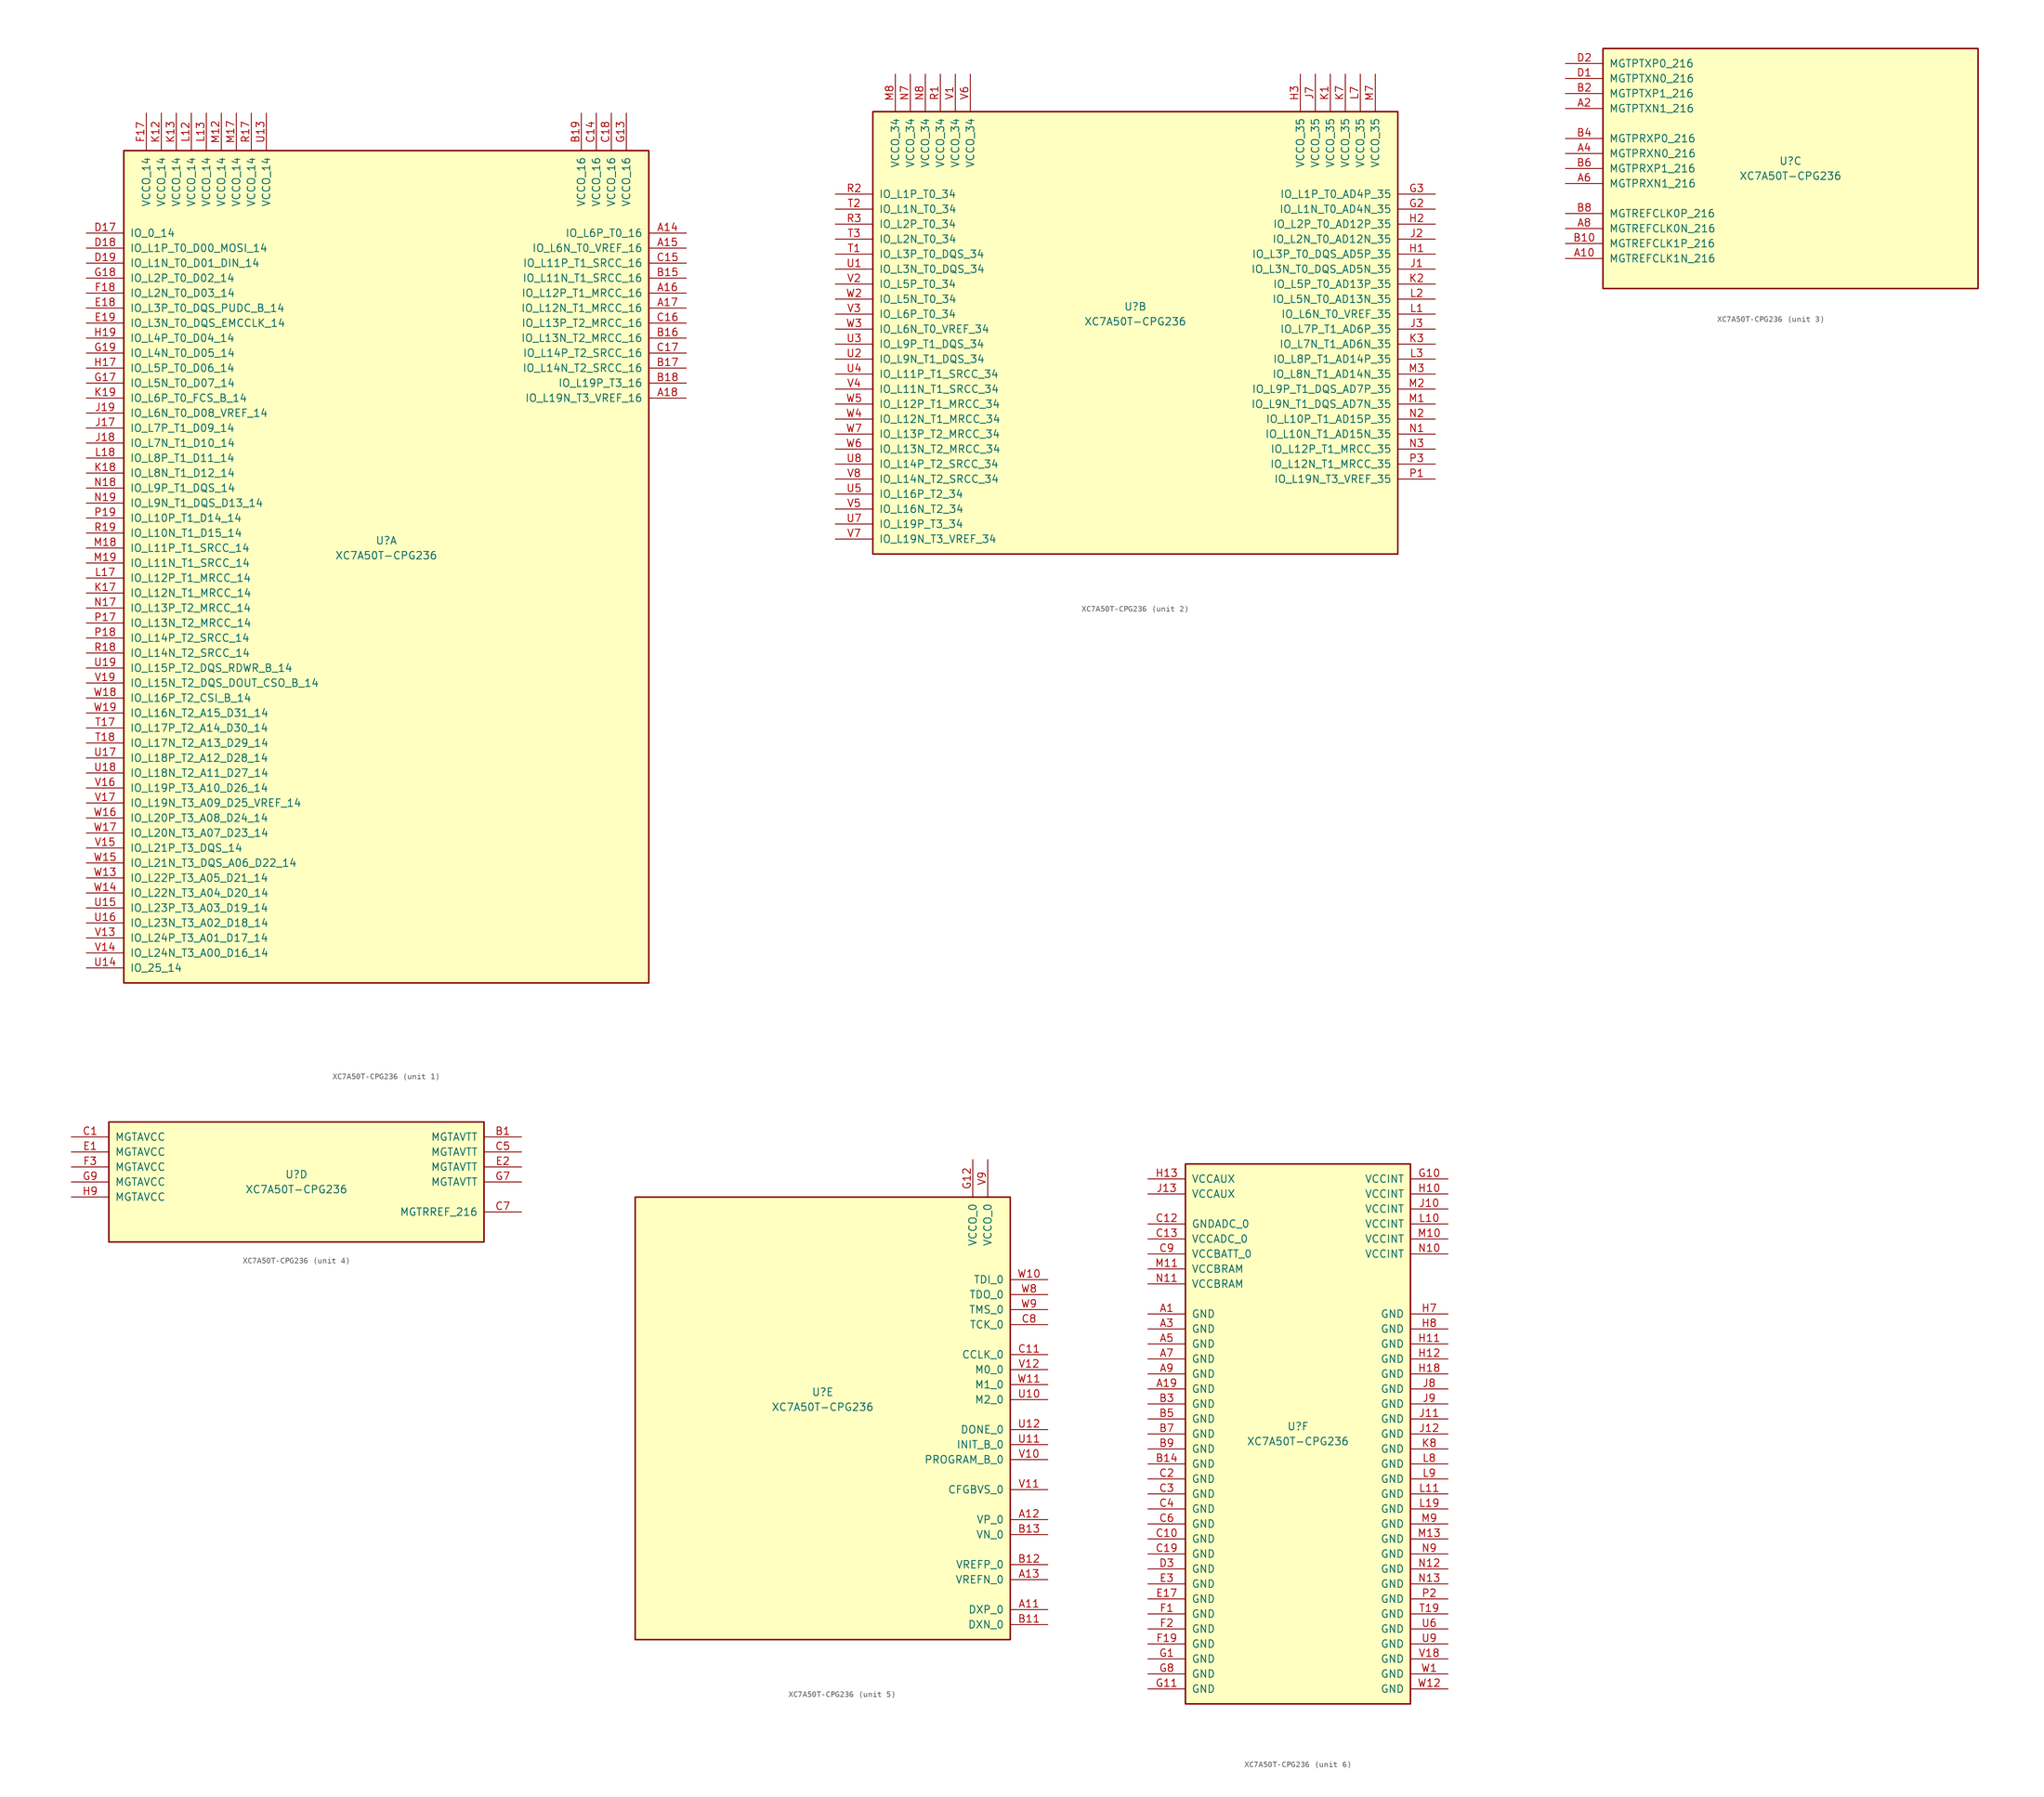
<source format=kicad_sym>
(kicad_symbol_lib
  (version 20201005)
  (generator kicad_symbol_editor)
  (symbol "XC7A50T-CPG236"
    (pin_names
      (offset 1.016))
    (property "Reference" "U"
      (at 0 1.27 0)
      (effects (font (size 1.27 1.27))))
    (property "Value" "XC7A50T-CPG236"
      (at 0 -1.27 0)
      (effects (font (size 1.27 1.27))))
    (property "Datasheet" ""
      (at 0 0 0)
      (effects (font (size 1.27 1.27))))
    (property "ki_locked" ""
      (at 0 0 0)
      (effects (font (size 1.27 1.27))))
    (symbol "XC7A50T-CPG236_1_1"
      (rectangle (start -44.45 67.31) (end 44.45 -73.66) (stroke (width 0.254)) (fill (type background)))
      (pin bidirectional line (at 50.8 53.34 180) (length 6.35) (name "IO_L6P_T0_16" (effects (font (size 1.27 1.27)))) (number "A14" (effects (font (size 1.27 1.27)))))
      (pin bidirectional line (at 50.8 50.8 180) (length 6.35) (name "IO_L6N_T0_VREF_16" (effects (font (size 1.27 1.27)))) (number "A15" (effects (font (size 1.27 1.27)))))
      (pin bidirectional line (at 50.8 43.18 180) (length 6.35) (name "IO_L12P_T1_MRCC_16" (effects (font (size 1.27 1.27)))) (number "A16" (effects (font (size 1.27 1.27)))))
      (pin bidirectional line (at 50.8 40.64 180) (length 6.35) (name "IO_L12N_T1_MRCC_16" (effects (font (size 1.27 1.27)))) (number "A17" (effects (font (size 1.27 1.27)))))
      (pin bidirectional line (at 50.8 25.4 180) (length 6.35) (name "IO_L19N_T3_VREF_16" (effects (font (size 1.27 1.27)))) (number "A18" (effects (font (size 1.27 1.27)))))
      (pin bidirectional line (at 50.8 45.72 180) (length 6.35) (name "IO_L11N_T1_SRCC_16" (effects (font (size 1.27 1.27)))) (number "B15" (effects (font (size 1.27 1.27)))))
      (pin bidirectional line (at 50.8 35.56 180) (length 6.35) (name "IO_L13N_T2_MRCC_16" (effects (font (size 1.27 1.27)))) (number "B16" (effects (font (size 1.27 1.27)))))
      (pin bidirectional line (at 50.8 30.48 180) (length 6.35) (name "IO_L14N_T2_SRCC_16" (effects (font (size 1.27 1.27)))) (number "B17" (effects (font (size 1.27 1.27)))))
      (pin bidirectional line (at 50.8 27.94 180) (length 6.35) (name "IO_L19P_T3_16" (effects (font (size 1.27 1.27)))) (number "B18" (effects (font (size 1.27 1.27)))))
      (pin power_in line (at 33.02 73.66 270) (length 6.35) (name "VCCO_16" (effects (font (size 1.27 1.27)))) (number "B19" (effects (font (size 1.27 1.27)))))
      (pin power_in line (at 35.56 73.66 270) (length 6.35) (name "VCCO_16" (effects (font (size 1.27 1.27)))) (number "C14" (effects (font (size 1.27 1.27)))))
      (pin bidirectional line (at 50.8 48.26 180) (length 6.35) (name "IO_L11P_T1_SRCC_16" (effects (font (size 1.27 1.27)))) (number "C15" (effects (font (size 1.27 1.27)))))
      (pin bidirectional line (at 50.8 38.1 180) (length 6.35) (name "IO_L13P_T2_MRCC_16" (effects (font (size 1.27 1.27)))) (number "C16" (effects (font (size 1.27 1.27)))))
      (pin bidirectional line (at 50.8 33.02 180) (length 6.35) (name "IO_L14P_T2_SRCC_16" (effects (font (size 1.27 1.27)))) (number "C17" (effects (font (size 1.27 1.27)))))
      (pin power_in line (at 38.1 73.66 270) (length 6.35) (name "VCCO_16" (effects (font (size 1.27 1.27)))) (number "C18" (effects (font (size 1.27 1.27)))))
      (pin bidirectional line (at -50.8 53.34 0) (length 6.35) (name "IO_0_14" (effects (font (size 1.27 1.27)))) (number "D17" (effects (font (size 1.27 1.27)))))
      (pin bidirectional line (at -50.8 50.8 0) (length 6.35) (name "IO_L1P_T0_D00_MOSI_14" (effects (font (size 1.27 1.27)))) (number "D18" (effects (font (size 1.27 1.27)))))
      (pin bidirectional line (at -50.8 48.26 0) (length 6.35) (name "IO_L1N_T0_D01_DIN_14" (effects (font (size 1.27 1.27)))) (number "D19" (effects (font (size 1.27 1.27)))))
      (pin bidirectional line (at -50.8 40.64 0) (length 6.35) (name "IO_L3P_T0_DQS_PUDC_B_14" (effects (font (size 1.27 1.27)))) (number "E18" (effects (font (size 1.27 1.27)))))
      (pin bidirectional line (at -50.8 38.1 0) (length 6.35) (name "IO_L3N_T0_DQS_EMCCLK_14" (effects (font (size 1.27 1.27)))) (number "E19" (effects (font (size 1.27 1.27)))))
      (pin power_in line (at -40.64 73.66 270) (length 6.35) (name "VCCO_14" (effects (font (size 1.27 1.27)))) (number "F17" (effects (font (size 1.27 1.27)))))
      (pin bidirectional line (at -50.8 43.18 0) (length 6.35) (name "IO_L2N_T0_D03_14" (effects (font (size 1.27 1.27)))) (number "F18" (effects (font (size 1.27 1.27)))))
      (pin power_in line (at 40.64 73.66 270) (length 6.35) (name "VCCO_16" (effects (font (size 1.27 1.27)))) (number "G13" (effects (font (size 1.27 1.27)))))
      (pin bidirectional line (at -50.8 27.94 0) (length 6.35) (name "IO_L5N_T0_D07_14" (effects (font (size 1.27 1.27)))) (number "G17" (effects (font (size 1.27 1.27)))))
      (pin bidirectional line (at -50.8 45.72 0) (length 6.35) (name "IO_L2P_T0_D02_14" (effects (font (size 1.27 1.27)))) (number "G18" (effects (font (size 1.27 1.27)))))
      (pin bidirectional line (at -50.8 33.02 0) (length 6.35) (name "IO_L4N_T0_D05_14" (effects (font (size 1.27 1.27)))) (number "G19" (effects (font (size 1.27 1.27)))))
      (pin bidirectional line (at -50.8 30.48 0) (length 6.35) (name "IO_L5P_T0_D06_14" (effects (font (size 1.27 1.27)))) (number "H17" (effects (font (size 1.27 1.27)))))
      (pin bidirectional line (at -50.8 35.56 0) (length 6.35) (name "IO_L4P_T0_D04_14" (effects (font (size 1.27 1.27)))) (number "H19" (effects (font (size 1.27 1.27)))))
      (pin bidirectional line (at -50.8 20.32 0) (length 6.35) (name "IO_L7P_T1_D09_14" (effects (font (size 1.27 1.27)))) (number "J17" (effects (font (size 1.27 1.27)))))
      (pin bidirectional line (at -50.8 17.78 0) (length 6.35) (name "IO_L7N_T1_D10_14" (effects (font (size 1.27 1.27)))) (number "J18" (effects (font (size 1.27 1.27)))))
      (pin bidirectional line (at -50.8 22.86 0) (length 6.35) (name "IO_L6N_T0_D08_VREF_14" (effects (font (size 1.27 1.27)))) (number "J19" (effects (font (size 1.27 1.27)))))
      (pin power_in line (at -38.1 73.66 270) (length 6.35) (name "VCCO_14" (effects (font (size 1.27 1.27)))) (number "K12" (effects (font (size 1.27 1.27)))))
      (pin power_in line (at -35.56 73.66 270) (length 6.35) (name "VCCO_14" (effects (font (size 1.27 1.27)))) (number "K13" (effects (font (size 1.27 1.27)))))
      (pin bidirectional line (at -50.8 -7.62 0) (length 6.35) (name "IO_L12N_T1_MRCC_14" (effects (font (size 1.27 1.27)))) (number "K17" (effects (font (size 1.27 1.27)))))
      (pin bidirectional line (at -50.8 12.7 0) (length 6.35) (name "IO_L8N_T1_D12_14" (effects (font (size 1.27 1.27)))) (number "K18" (effects (font (size 1.27 1.27)))))
      (pin bidirectional line (at -50.8 25.4 0) (length 6.35) (name "IO_L6P_T0_FCS_B_14" (effects (font (size 1.27 1.27)))) (number "K19" (effects (font (size 1.27 1.27)))))
      (pin power_in line (at -33.02 73.66 270) (length 6.35) (name "VCCO_14" (effects (font (size 1.27 1.27)))) (number "L12" (effects (font (size 1.27 1.27)))))
      (pin power_in line (at -30.48 73.66 270) (length 6.35) (name "VCCO_14" (effects (font (size 1.27 1.27)))) (number "L13" (effects (font (size 1.27 1.27)))))
      (pin bidirectional line (at -50.8 -5.08 0) (length 6.35) (name "IO_L12P_T1_MRCC_14" (effects (font (size 1.27 1.27)))) (number "L17" (effects (font (size 1.27 1.27)))))
      (pin bidirectional line (at -50.8 15.24 0) (length 6.35) (name "IO_L8P_T1_D11_14" (effects (font (size 1.27 1.27)))) (number "L18" (effects (font (size 1.27 1.27)))))
      (pin power_in line (at -27.94 73.66 270) (length 6.35) (name "VCCO_14" (effects (font (size 1.27 1.27)))) (number "M12" (effects (font (size 1.27 1.27)))))
      (pin power_in line (at -25.4 73.66 270) (length 6.35) (name "VCCO_14" (effects (font (size 1.27 1.27)))) (number "M17" (effects (font (size 1.27 1.27)))))
      (pin bidirectional line (at -50.8 0 0) (length 6.35) (name "IO_L11P_T1_SRCC_14" (effects (font (size 1.27 1.27)))) (number "M18" (effects (font (size 1.27 1.27)))))
      (pin bidirectional line (at -50.8 -2.54 0) (length 6.35) (name "IO_L11N_T1_SRCC_14" (effects (font (size 1.27 1.27)))) (number "M19" (effects (font (size 1.27 1.27)))))
      (pin bidirectional line (at -50.8 -10.16 0) (length 6.35) (name "IO_L13P_T2_MRCC_14" (effects (font (size 1.27 1.27)))) (number "N17" (effects (font (size 1.27 1.27)))))
      (pin bidirectional line (at -50.8 10.16 0) (length 6.35) (name "IO_L9P_T1_DQS_14" (effects (font (size 1.27 1.27)))) (number "N18" (effects (font (size 1.27 1.27)))))
      (pin bidirectional line (at -50.8 7.62 0) (length 6.35) (name "IO_L9N_T1_DQS_D13_14" (effects (font (size 1.27 1.27)))) (number "N19" (effects (font (size 1.27 1.27)))))
      (pin bidirectional line (at -50.8 -12.7 0) (length 6.35) (name "IO_L13N_T2_MRCC_14" (effects (font (size 1.27 1.27)))) (number "P17" (effects (font (size 1.27 1.27)))))
      (pin bidirectional line (at -50.8 -15.24 0) (length 6.35) (name "IO_L14P_T2_SRCC_14" (effects (font (size 1.27 1.27)))) (number "P18" (effects (font (size 1.27 1.27)))))
      (pin bidirectional line (at -50.8 5.08 0) (length 6.35) (name "IO_L10P_T1_D14_14" (effects (font (size 1.27 1.27)))) (number "P19" (effects (font (size 1.27 1.27)))))
      (pin power_in line (at -22.86 73.66 270) (length 6.35) (name "VCCO_14" (effects (font (size 1.27 1.27)))) (number "R17" (effects (font (size 1.27 1.27)))))
      (pin bidirectional line (at -50.8 -17.78 0) (length 6.35) (name "IO_L14N_T2_SRCC_14" (effects (font (size 1.27 1.27)))) (number "R18" (effects (font (size 1.27 1.27)))))
      (pin bidirectional line (at -50.8 2.54 0) (length 6.35) (name "IO_L10N_T1_D15_14" (effects (font (size 1.27 1.27)))) (number "R19" (effects (font (size 1.27 1.27)))))
      (pin bidirectional line (at -50.8 -30.48 0) (length 6.35) (name "IO_L17P_T2_A14_D30_14" (effects (font (size 1.27 1.27)))) (number "T17" (effects (font (size 1.27 1.27)))))
      (pin bidirectional line (at -50.8 -33.02 0) (length 6.35) (name "IO_L17N_T2_A13_D29_14" (effects (font (size 1.27 1.27)))) (number "T18" (effects (font (size 1.27 1.27)))))
      (pin power_in line (at -20.32 73.66 270) (length 6.35) (name "VCCO_14" (effects (font (size 1.27 1.27)))) (number "U13" (effects (font (size 1.27 1.27)))))
      (pin bidirectional line (at -50.8 -71.12 0) (length 6.35) (name "IO_25_14" (effects (font (size 1.27 1.27)))) (number "U14" (effects (font (size 1.27 1.27)))))
      (pin bidirectional line (at -50.8 -60.96 0) (length 6.35) (name "IO_L23P_T3_A03_D19_14" (effects (font (size 1.27 1.27)))) (number "U15" (effects (font (size 1.27 1.27)))))
      (pin bidirectional line (at -50.8 -63.5 0) (length 6.35) (name "IO_L23N_T3_A02_D18_14" (effects (font (size 1.27 1.27)))) (number "U16" (effects (font (size 1.27 1.27)))))
      (pin bidirectional line (at -50.8 -35.56 0) (length 6.35) (name "IO_L18P_T2_A12_D28_14" (effects (font (size 1.27 1.27)))) (number "U17" (effects (font (size 1.27 1.27)))))
      (pin bidirectional line (at -50.8 -38.1 0) (length 6.35) (name "IO_L18N_T2_A11_D27_14" (effects (font (size 1.27 1.27)))) (number "U18" (effects (font (size 1.27 1.27)))))
      (pin bidirectional line (at -50.8 -20.32 0) (length 6.35) (name "IO_L15P_T2_DQS_RDWR_B_14" (effects (font (size 1.27 1.27)))) (number "U19" (effects (font (size 1.27 1.27)))))
      (pin bidirectional line (at -50.8 -66.04 0) (length 6.35) (name "IO_L24P_T3_A01_D17_14" (effects (font (size 1.27 1.27)))) (number "V13" (effects (font (size 1.27 1.27)))))
      (pin bidirectional line (at -50.8 -68.58 0) (length 6.35) (name "IO_L24N_T3_A00_D16_14" (effects (font (size 1.27 1.27)))) (number "V14" (effects (font (size 1.27 1.27)))))
      (pin bidirectional line (at -50.8 -50.8 0) (length 6.35) (name "IO_L21P_T3_DQS_14" (effects (font (size 1.27 1.27)))) (number "V15" (effects (font (size 1.27 1.27)))))
      (pin bidirectional line (at -50.8 -40.64 0) (length 6.35) (name "IO_L19P_T3_A10_D26_14" (effects (font (size 1.27 1.27)))) (number "V16" (effects (font (size 1.27 1.27)))))
      (pin bidirectional line (at -50.8 -43.18 0) (length 6.35) (name "IO_L19N_T3_A09_D25_VREF_14" (effects (font (size 1.27 1.27)))) (number "V17" (effects (font (size 1.27 1.27)))))
      (pin bidirectional line (at -50.8 -22.86 0) (length 6.35) (name "IO_L15N_T2_DQS_DOUT_CSO_B_14" (effects (font (size 1.27 1.27)))) (number "V19" (effects (font (size 1.27 1.27)))))
      (pin bidirectional line (at -50.8 -55.88 0) (length 6.35) (name "IO_L22P_T3_A05_D21_14" (effects (font (size 1.27 1.27)))) (number "W13" (effects (font (size 1.27 1.27)))))
      (pin bidirectional line (at -50.8 -58.42 0) (length 6.35) (name "IO_L22N_T3_A04_D20_14" (effects (font (size 1.27 1.27)))) (number "W14" (effects (font (size 1.27 1.27)))))
      (pin bidirectional line (at -50.8 -53.34 0) (length 6.35) (name "IO_L21N_T3_DQS_A06_D22_14" (effects (font (size 1.27 1.27)))) (number "W15" (effects (font (size 1.27 1.27)))))
      (pin bidirectional line (at -50.8 -45.72 0) (length 6.35) (name "IO_L20P_T3_A08_D24_14" (effects (font (size 1.27 1.27)))) (number "W16" (effects (font (size 1.27 1.27)))))
      (pin bidirectional line (at -50.8 -48.26 0) (length 6.35) (name "IO_L20N_T3_A07_D23_14" (effects (font (size 1.27 1.27)))) (number "W17" (effects (font (size 1.27 1.27)))))
      (pin bidirectional line (at -50.8 -25.4 0) (length 6.35) (name "IO_L16P_T2_CSI_B_14" (effects (font (size 1.27 1.27)))) (number "W18" (effects (font (size 1.27 1.27)))))
      (pin bidirectional line (at -50.8 -27.94 0) (length 6.35) (name "IO_L16N_T2_A15_D31_14" (effects (font (size 1.27 1.27)))) (number "W19" (effects (font (size 1.27 1.27))))))
    (symbol "XC7A50T-CPG236_2_1"
      (rectangle (start -44.45 34.29) (end 44.45 -40.64) (stroke (width 0.254)) (fill (type background)))
      (pin bidirectional line (at 50.8 17.78 180) (length 6.35) (name "IO_L1N_T0_AD4N_35" (effects (font (size 1.27 1.27)))) (number "G2" (effects (font (size 1.27 1.27)))))
      (pin bidirectional line (at 50.8 20.32 180) (length 6.35) (name "IO_L1P_T0_AD4P_35" (effects (font (size 1.27 1.27)))) (number "G3" (effects (font (size 1.27 1.27)))))
      (pin bidirectional line (at 50.8 10.16 180) (length 6.35) (name "IO_L3P_T0_DQS_AD5P_35" (effects (font (size 1.27 1.27)))) (number "H1" (effects (font (size 1.27 1.27)))))
      (pin bidirectional line (at 50.8 15.24 180) (length 6.35) (name "IO_L2P_T0_AD12P_35" (effects (font (size 1.27 1.27)))) (number "H2" (effects (font (size 1.27 1.27)))))
      (pin power_in line (at 27.94 40.64 270) (length 6.35) (name "VCCO_35" (effects (font (size 1.27 1.27)))) (number "H3" (effects (font (size 1.27 1.27)))))
      (pin bidirectional line (at 50.8 7.62 180) (length 6.35) (name "IO_L3N_T0_DQS_AD5N_35" (effects (font (size 1.27 1.27)))) (number "J1" (effects (font (size 1.27 1.27)))))
      (pin bidirectional line (at 50.8 12.7 180) (length 6.35) (name "IO_L2N_T0_AD12N_35" (effects (font (size 1.27 1.27)))) (number "J2" (effects (font (size 1.27 1.27)))))
      (pin bidirectional line (at 50.8 -2.54 180) (length 6.35) (name "IO_L7P_T1_AD6P_35" (effects (font (size 1.27 1.27)))) (number "J3" (effects (font (size 1.27 1.27)))))
      (pin power_in line (at 30.48 40.64 270) (length 6.35) (name "VCCO_35" (effects (font (size 1.27 1.27)))) (number "J7" (effects (font (size 1.27 1.27)))))
      (pin power_in line (at 33.02 40.64 270) (length 6.35) (name "VCCO_35" (effects (font (size 1.27 1.27)))) (number "K1" (effects (font (size 1.27 1.27)))))
      (pin bidirectional line (at 50.8 5.08 180) (length 6.35) (name "IO_L5P_T0_AD13P_35" (effects (font (size 1.27 1.27)))) (number "K2" (effects (font (size 1.27 1.27)))))
      (pin bidirectional line (at 50.8 -5.08 180) (length 6.35) (name "IO_L7N_T1_AD6N_35" (effects (font (size 1.27 1.27)))) (number "K3" (effects (font (size 1.27 1.27)))))
      (pin power_in line (at 35.56 40.64 270) (length 6.35) (name "VCCO_35" (effects (font (size 1.27 1.27)))) (number "K7" (effects (font (size 1.27 1.27)))))
      (pin bidirectional line (at 50.8 0 180) (length 6.35) (name "IO_L6N_T0_VREF_35" (effects (font (size 1.27 1.27)))) (number "L1" (effects (font (size 1.27 1.27)))))
      (pin bidirectional line (at 50.8 2.54 180) (length 6.35) (name "IO_L5N_T0_AD13N_35" (effects (font (size 1.27 1.27)))) (number "L2" (effects (font (size 1.27 1.27)))))
      (pin bidirectional line (at 50.8 -7.62 180) (length 6.35) (name "IO_L8P_T1_AD14P_35" (effects (font (size 1.27 1.27)))) (number "L3" (effects (font (size 1.27 1.27)))))
      (pin power_in line (at 38.1 40.64 270) (length 6.35) (name "VCCO_35" (effects (font (size 1.27 1.27)))) (number "L7" (effects (font (size 1.27 1.27)))))
      (pin bidirectional line (at 50.8 -15.24 180) (length 6.35) (name "IO_L9N_T1_DQS_AD7N_35" (effects (font (size 1.27 1.27)))) (number "M1" (effects (font (size 1.27 1.27)))))
      (pin bidirectional line (at 50.8 -12.7 180) (length 6.35) (name "IO_L9P_T1_DQS_AD7P_35" (effects (font (size 1.27 1.27)))) (number "M2" (effects (font (size 1.27 1.27)))))
      (pin bidirectional line (at 50.8 -10.16 180) (length 6.35) (name "IO_L8N_T1_AD14N_35" (effects (font (size 1.27 1.27)))) (number "M3" (effects (font (size 1.27 1.27)))))
      (pin power_in line (at 40.64 40.64 270) (length 6.35) (name "VCCO_35" (effects (font (size 1.27 1.27)))) (number "M7" (effects (font (size 1.27 1.27)))))
      (pin power_in line (at -40.64 40.64 270) (length 6.35) (name "VCCO_34" (effects (font (size 1.27 1.27)))) (number "M8" (effects (font (size 1.27 1.27)))))
      (pin bidirectional line (at 50.8 -20.32 180) (length 6.35) (name "IO_L10N_T1_AD15N_35" (effects (font (size 1.27 1.27)))) (number "N1" (effects (font (size 1.27 1.27)))))
      (pin bidirectional line (at 50.8 -17.78 180) (length 6.35) (name "IO_L10P_T1_AD15P_35" (effects (font (size 1.27 1.27)))) (number "N2" (effects (font (size 1.27 1.27)))))
      (pin bidirectional line (at 50.8 -22.86 180) (length 6.35) (name "IO_L12P_T1_MRCC_35" (effects (font (size 1.27 1.27)))) (number "N3" (effects (font (size 1.27 1.27)))))
      (pin power_in line (at -38.1 40.64 270) (length 6.35) (name "VCCO_34" (effects (font (size 1.27 1.27)))) (number "N7" (effects (font (size 1.27 1.27)))))
      (pin power_in line (at -35.56 40.64 270) (length 6.35) (name "VCCO_34" (effects (font (size 1.27 1.27)))) (number "N8" (effects (font (size 1.27 1.27)))))
      (pin bidirectional line (at 50.8 -27.94 180) (length 6.35) (name "IO_L19N_T3_VREF_35" (effects (font (size 1.27 1.27)))) (number "P1" (effects (font (size 1.27 1.27)))))
      (pin bidirectional line (at 50.8 -25.4 180) (length 6.35) (name "IO_L12N_T1_MRCC_35" (effects (font (size 1.27 1.27)))) (number "P3" (effects (font (size 1.27 1.27)))))
      (pin power_in line (at -33.02 40.64 270) (length 6.35) (name "VCCO_34" (effects (font (size 1.27 1.27)))) (number "R1" (effects (font (size 1.27 1.27)))))
      (pin bidirectional line (at -50.8 20.32 0) (length 6.35) (name "IO_L1P_T0_34" (effects (font (size 1.27 1.27)))) (number "R2" (effects (font (size 1.27 1.27)))))
      (pin bidirectional line (at -50.8 15.24 0) (length 6.35) (name "IO_L2P_T0_34" (effects (font (size 1.27 1.27)))) (number "R3" (effects (font (size 1.27 1.27)))))
      (pin bidirectional line (at -50.8 10.16 0) (length 6.35) (name "IO_L3P_T0_DQS_34" (effects (font (size 1.27 1.27)))) (number "T1" (effects (font (size 1.27 1.27)))))
      (pin bidirectional line (at -50.8 17.78 0) (length 6.35) (name "IO_L1N_T0_34" (effects (font (size 1.27 1.27)))) (number "T2" (effects (font (size 1.27 1.27)))))
      (pin bidirectional line (at -50.8 12.7 0) (length 6.35) (name "IO_L2N_T0_34" (effects (font (size 1.27 1.27)))) (number "T3" (effects (font (size 1.27 1.27)))))
      (pin bidirectional line (at -50.8 7.62 0) (length 6.35) (name "IO_L3N_T0_DQS_34" (effects (font (size 1.27 1.27)))) (number "U1" (effects (font (size 1.27 1.27)))))
      (pin bidirectional line (at -50.8 -7.62 0) (length 6.35) (name "IO_L9N_T1_DQS_34" (effects (font (size 1.27 1.27)))) (number "U2" (effects (font (size 1.27 1.27)))))
      (pin bidirectional line (at -50.8 -5.08 0) (length 6.35) (name "IO_L9P_T1_DQS_34" (effects (font (size 1.27 1.27)))) (number "U3" (effects (font (size 1.27 1.27)))))
      (pin bidirectional line (at -50.8 -10.16 0) (length 6.35) (name "IO_L11P_T1_SRCC_34" (effects (font (size 1.27 1.27)))) (number "U4" (effects (font (size 1.27 1.27)))))
      (pin bidirectional line (at -50.8 -30.48 0) (length 6.35) (name "IO_L16P_T2_34" (effects (font (size 1.27 1.27)))) (number "U5" (effects (font (size 1.27 1.27)))))
      (pin bidirectional line (at -50.8 -35.56 0) (length 6.35) (name "IO_L19P_T3_34" (effects (font (size 1.27 1.27)))) (number "U7" (effects (font (size 1.27 1.27)))))
      (pin bidirectional line (at -50.8 -25.4 0) (length 6.35) (name "IO_L14P_T2_SRCC_34" (effects (font (size 1.27 1.27)))) (number "U8" (effects (font (size 1.27 1.27)))))
      (pin power_in line (at -30.48 40.64 270) (length 6.35) (name "VCCO_34" (effects (font (size 1.27 1.27)))) (number "V1" (effects (font (size 1.27 1.27)))))
      (pin bidirectional line (at -50.8 5.08 0) (length 6.35) (name "IO_L5P_T0_34" (effects (font (size 1.27 1.27)))) (number "V2" (effects (font (size 1.27 1.27)))))
      (pin bidirectional line (at -50.8 0 0) (length 6.35) (name "IO_L6P_T0_34" (effects (font (size 1.27 1.27)))) (number "V3" (effects (font (size 1.27 1.27)))))
      (pin bidirectional line (at -50.8 -12.7 0) (length 6.35) (name "IO_L11N_T1_SRCC_34" (effects (font (size 1.27 1.27)))) (number "V4" (effects (font (size 1.27 1.27)))))
      (pin bidirectional line (at -50.8 -33.02 0) (length 6.35) (name "IO_L16N_T2_34" (effects (font (size 1.27 1.27)))) (number "V5" (effects (font (size 1.27 1.27)))))
      (pin power_in line (at -27.94 40.64 270) (length 6.35) (name "VCCO_34" (effects (font (size 1.27 1.27)))) (number "V6" (effects (font (size 1.27 1.27)))))
      (pin bidirectional line (at -50.8 -38.1 0) (length 6.35) (name "IO_L19N_T3_VREF_34" (effects (font (size 1.27 1.27)))) (number "V7" (effects (font (size 1.27 1.27)))))
      (pin bidirectional line (at -50.8 -27.94 0) (length 6.35) (name "IO_L14N_T2_SRCC_34" (effects (font (size 1.27 1.27)))) (number "V8" (effects (font (size 1.27 1.27)))))
      (pin bidirectional line (at -50.8 2.54 0) (length 6.35) (name "IO_L5N_T0_34" (effects (font (size 1.27 1.27)))) (number "W2" (effects (font (size 1.27 1.27)))))
      (pin bidirectional line (at -50.8 -2.54 0) (length 6.35) (name "IO_L6N_T0_VREF_34" (effects (font (size 1.27 1.27)))) (number "W3" (effects (font (size 1.27 1.27)))))
      (pin bidirectional line (at -50.8 -17.78 0) (length 6.35) (name "IO_L12N_T1_MRCC_34" (effects (font (size 1.27 1.27)))) (number "W4" (effects (font (size 1.27 1.27)))))
      (pin bidirectional line (at -50.8 -15.24 0) (length 6.35) (name "IO_L12P_T1_MRCC_34" (effects (font (size 1.27 1.27)))) (number "W5" (effects (font (size 1.27 1.27)))))
      (pin bidirectional line (at -50.8 -22.86 0) (length 6.35) (name "IO_L13N_T2_MRCC_34" (effects (font (size 1.27 1.27)))) (number "W6" (effects (font (size 1.27 1.27)))))
      (pin bidirectional line (at -50.8 -20.32 0) (length 6.35) (name "IO_L13P_T2_MRCC_34" (effects (font (size 1.27 1.27)))) (number "W7" (effects (font (size 1.27 1.27))))))
    (symbol "XC7A50T-CPG236_3_1"
      (rectangle (start -31.75 20.32) (end 31.75 -20.32) (stroke (width 0.254)) (fill (type background)))
      (pin bidirectional line (at -38.1 -15.24 0) (length 6.35) (name "MGTREFCLK1N_216" (effects (font (size 1.27 1.27)))) (number "A10" (effects (font (size 1.27 1.27)))))
      (pin bidirectional line (at -38.1 10.16 0) (length 6.35) (name "MGTPTXN1_216" (effects (font (size 1.27 1.27)))) (number "A2" (effects (font (size 1.27 1.27)))))
      (pin bidirectional line (at -38.1 2.54 0) (length 6.35) (name "MGTPRXN0_216" (effects (font (size 1.27 1.27)))) (number "A4" (effects (font (size 1.27 1.27)))))
      (pin bidirectional line (at -38.1 -2.54 0) (length 6.35) (name "MGTPRXN1_216" (effects (font (size 1.27 1.27)))) (number "A6" (effects (font (size 1.27 1.27)))))
      (pin bidirectional line (at -38.1 -10.16 0) (length 6.35) (name "MGTREFCLK0N_216" (effects (font (size 1.27 1.27)))) (number "A8" (effects (font (size 1.27 1.27)))))
      (pin bidirectional line (at -38.1 -12.7 0) (length 6.35) (name "MGTREFCLK1P_216" (effects (font (size 1.27 1.27)))) (number "B10" (effects (font (size 1.27 1.27)))))
      (pin bidirectional line (at -38.1 12.7 0) (length 6.35) (name "MGTPTXP1_216" (effects (font (size 1.27 1.27)))) (number "B2" (effects (font (size 1.27 1.27)))))
      (pin bidirectional line (at -38.1 5.08 0) (length 6.35) (name "MGTPRXP0_216" (effects (font (size 1.27 1.27)))) (number "B4" (effects (font (size 1.27 1.27)))))
      (pin bidirectional line (at -38.1 0 0) (length 6.35) (name "MGTPRXP1_216" (effects (font (size 1.27 1.27)))) (number "B6" (effects (font (size 1.27 1.27)))))
      (pin bidirectional line (at -38.1 -7.62 0) (length 6.35) (name "MGTREFCLK0P_216" (effects (font (size 1.27 1.27)))) (number "B8" (effects (font (size 1.27 1.27)))))
      (pin bidirectional line (at -38.1 15.24 0) (length 6.35) (name "MGTPTXN0_216" (effects (font (size 1.27 1.27)))) (number "D1" (effects (font (size 1.27 1.27)))))
      (pin bidirectional line (at -38.1 17.78 0) (length 6.35) (name "MGTPTXP0_216" (effects (font (size 1.27 1.27)))) (number "D2" (effects (font (size 1.27 1.27))))))
    (symbol "XC7A50T-CPG236_4_1"
      (rectangle (start -31.75 10.16) (end 31.75 -10.16) (stroke (width 0.254)) (fill (type background)))
      (pin power_in line (at 38.1 7.62 180) (length 6.35) (name "MGTAVTT" (effects (font (size 1.27 1.27)))) (number "B1" (effects (font (size 1.27 1.27)))))
      (pin power_in line (at -38.1 7.62 0) (length 6.35) (name "MGTAVCC" (effects (font (size 1.27 1.27)))) (number "C1" (effects (font (size 1.27 1.27)))))
      (pin power_in line (at 38.1 5.08 180) (length 6.35) (name "MGTAVTT" (effects (font (size 1.27 1.27)))) (number "C5" (effects (font (size 1.27 1.27)))))
      (pin power_in line (at 38.1 -5.08 180) (length 6.35) (name "MGTRREF_216" (effects (font (size 1.27 1.27)))) (number "C7" (effects (font (size 1.27 1.27)))))
      (pin power_in line (at -38.1 5.08 0) (length 6.35) (name "MGTAVCC" (effects (font (size 1.27 1.27)))) (number "E1" (effects (font (size 1.27 1.27)))))
      (pin power_in line (at 38.1 2.54 180) (length 6.35) (name "MGTAVTT" (effects (font (size 1.27 1.27)))) (number "E2" (effects (font (size 1.27 1.27)))))
      (pin power_in line (at -38.1 2.54 0) (length 6.35) (name "MGTAVCC" (effects (font (size 1.27 1.27)))) (number "F3" (effects (font (size 1.27 1.27)))))
      (pin power_in line (at 38.1 0 180) (length 6.35) (name "MGTAVTT" (effects (font (size 1.27 1.27)))) (number "G7" (effects (font (size 1.27 1.27)))))
      (pin power_in line (at -38.1 0 0) (length 6.35) (name "MGTAVCC" (effects (font (size 1.27 1.27)))) (number "G9" (effects (font (size 1.27 1.27)))))
      (pin power_in line (at -38.1 -2.54 0) (length 6.35) (name "MGTAVCC" (effects (font (size 1.27 1.27)))) (number "H9" (effects (font (size 1.27 1.27))))))
    (symbol "XC7A50T-CPG236_5_1"
      (rectangle (start -31.75 34.29) (end 31.75 -40.64) (stroke (width 0.254)) (fill (type background)))
      (pin bidirectional line (at 38.1 -35.56 180) (length 6.35) (name "DXP_0" (effects (font (size 1.27 1.27)))) (number "A11" (effects (font (size 1.27 1.27)))))
      (pin bidirectional line (at 38.1 -20.32 180) (length 6.35) (name "VP_0" (effects (font (size 1.27 1.27)))) (number "A12" (effects (font (size 1.27 1.27)))))
      (pin bidirectional line (at 38.1 -30.48 180) (length 6.35) (name "VREFN_0" (effects (font (size 1.27 1.27)))) (number "A13" (effects (font (size 1.27 1.27)))))
      (pin bidirectional line (at 38.1 -38.1 180) (length 6.35) (name "DXN_0" (effects (font (size 1.27 1.27)))) (number "B11" (effects (font (size 1.27 1.27)))))
      (pin bidirectional line (at 38.1 -27.94 180) (length 6.35) (name "VREFP_0" (effects (font (size 1.27 1.27)))) (number "B12" (effects (font (size 1.27 1.27)))))
      (pin bidirectional line (at 38.1 -22.86 180) (length 6.35) (name "VN_0" (effects (font (size 1.27 1.27)))) (number "B13" (effects (font (size 1.27 1.27)))))
      (pin bidirectional line (at 38.1 7.62 180) (length 6.35) (name "CCLK_0" (effects (font (size 1.27 1.27)))) (number "C11" (effects (font (size 1.27 1.27)))))
      (pin bidirectional line (at 38.1 12.7 180) (length 6.35) (name "TCK_0" (effects (font (size 1.27 1.27)))) (number "C8" (effects (font (size 1.27 1.27)))))
      (pin power_in line (at 25.4 40.64 270) (length 6.35) (name "VCCO_0" (effects (font (size 1.27 1.27)))) (number "G12" (effects (font (size 1.27 1.27)))))
      (pin bidirectional line (at 38.1 0 180) (length 6.35) (name "M2_0" (effects (font (size 1.27 1.27)))) (number "U10" (effects (font (size 1.27 1.27)))))
      (pin bidirectional line (at 38.1 -7.62 180) (length 6.35) (name "INIT_B_0" (effects (font (size 1.27 1.27)))) (number "U11" (effects (font (size 1.27 1.27)))))
      (pin bidirectional line (at 38.1 -5.08 180) (length 6.35) (name "DONE_0" (effects (font (size 1.27 1.27)))) (number "U12" (effects (font (size 1.27 1.27)))))
      (pin bidirectional line (at 38.1 -10.16 180) (length 6.35) (name "PROGRAM_B_0" (effects (font (size 1.27 1.27)))) (number "V10" (effects (font (size 1.27 1.27)))))
      (pin bidirectional line (at 38.1 -15.24 180) (length 6.35) (name "CFGBVS_0" (effects (font (size 1.27 1.27)))) (number "V11" (effects (font (size 1.27 1.27)))))
      (pin bidirectional line (at 38.1 5.08 180) (length 6.35) (name "M0_0" (effects (font (size 1.27 1.27)))) (number "V12" (effects (font (size 1.27 1.27)))))
      (pin power_in line (at 27.94 40.64 270) (length 6.35) (name "VCCO_0" (effects (font (size 1.27 1.27)))) (number "V9" (effects (font (size 1.27 1.27)))))
      (pin bidirectional line (at 38.1 20.32 180) (length 6.35) (name "TDI_0" (effects (font (size 1.27 1.27)))) (number "W10" (effects (font (size 1.27 1.27)))))
      (pin bidirectional line (at 38.1 2.54 180) (length 6.35) (name "M1_0" (effects (font (size 1.27 1.27)))) (number "W11" (effects (font (size 1.27 1.27)))))
      (pin bidirectional line (at 38.1 17.78 180) (length 6.35) (name "TDO_0" (effects (font (size 1.27 1.27)))) (number "W8" (effects (font (size 1.27 1.27)))))
      (pin bidirectional line (at 38.1 15.24 180) (length 6.35) (name "TMS_0" (effects (font (size 1.27 1.27)))) (number "W9" (effects (font (size 1.27 1.27))))))
    (symbol "XC7A50T-CPG236_6_1"
      (rectangle (start -19.05 45.72) (end 19.05 -45.72) (stroke (width 0.254)) (fill (type background)))
      (pin power_in line (at -25.4 20.32 0) (length 6.35) (name "GND" (effects (font (size 1.27 1.27)))) (number "A1" (effects (font (size 1.27 1.27)))))
      (pin power_in line (at -25.4 7.62 0) (length 6.35) (name "GND" (effects (font (size 1.27 1.27)))) (number "A19" (effects (font (size 1.27 1.27)))))
      (pin power_in line (at -25.4 17.78 0) (length 6.35) (name "GND" (effects (font (size 1.27 1.27)))) (number "A3" (effects (font (size 1.27 1.27)))))
      (pin power_in line (at -25.4 15.24 0) (length 6.35) (name "GND" (effects (font (size 1.27 1.27)))) (number "A5" (effects (font (size 1.27 1.27)))))
      (pin power_in line (at -25.4 12.7 0) (length 6.35) (name "GND" (effects (font (size 1.27 1.27)))) (number "A7" (effects (font (size 1.27 1.27)))))
      (pin power_in line (at -25.4 10.16 0) (length 6.35) (name "GND" (effects (font (size 1.27 1.27)))) (number "A9" (effects (font (size 1.27 1.27)))))
      (pin power_in line (at -25.4 -5.08 0) (length 6.35) (name "GND" (effects (font (size 1.27 1.27)))) (number "B14" (effects (font (size 1.27 1.27)))))
      (pin power_in line (at -25.4 5.08 0) (length 6.35) (name "GND" (effects (font (size 1.27 1.27)))) (number "B3" (effects (font (size 1.27 1.27)))))
      (pin power_in line (at -25.4 2.54 0) (length 6.35) (name "GND" (effects (font (size 1.27 1.27)))) (number "B5" (effects (font (size 1.27 1.27)))))
      (pin power_in line (at -25.4 0 0) (length 6.35) (name "GND" (effects (font (size 1.27 1.27)))) (number "B7" (effects (font (size 1.27 1.27)))))
      (pin power_in line (at -25.4 -2.54 0) (length 6.35) (name "GND" (effects (font (size 1.27 1.27)))) (number "B9" (effects (font (size 1.27 1.27)))))
      (pin power_in line (at -25.4 -17.78 0) (length 6.35) (name "GND" (effects (font (size 1.27 1.27)))) (number "C10" (effects (font (size 1.27 1.27)))))
      (pin power_in line (at -25.4 35.56 0) (length 6.35) (name "GNDADC_0" (effects (font (size 1.27 1.27)))) (number "C12" (effects (font (size 1.27 1.27)))))
      (pin power_in line (at -25.4 33.02 0) (length 6.35) (name "VCCADC_0" (effects (font (size 1.27 1.27)))) (number "C13" (effects (font (size 1.27 1.27)))))
      (pin power_in line (at -25.4 -20.32 0) (length 6.35) (name "GND" (effects (font (size 1.27 1.27)))) (number "C19" (effects (font (size 1.27 1.27)))))
      (pin power_in line (at -25.4 -7.62 0) (length 6.35) (name "GND" (effects (font (size 1.27 1.27)))) (number "C2" (effects (font (size 1.27 1.27)))))
      (pin power_in line (at -25.4 -10.16 0) (length 6.35) (name "GND" (effects (font (size 1.27 1.27)))) (number "C3" (effects (font (size 1.27 1.27)))))
      (pin power_in line (at -25.4 -12.7 0) (length 6.35) (name "GND" (effects (font (size 1.27 1.27)))) (number "C4" (effects (font (size 1.27 1.27)))))
      (pin power_in line (at -25.4 -15.24 0) (length 6.35) (name "GND" (effects (font (size 1.27 1.27)))) (number "C6" (effects (font (size 1.27 1.27)))))
      (pin power_in line (at -25.4 30.48 0) (length 6.35) (name "VCCBATT_0" (effects (font (size 1.27 1.27)))) (number "C9" (effects (font (size 1.27 1.27)))))
      (pin power_in line (at -25.4 -22.86 0) (length 6.35) (name "GND" (effects (font (size 1.27 1.27)))) (number "D3" (effects (font (size 1.27 1.27)))))
      (pin power_in line (at -25.4 -27.94 0) (length 6.35) (name "GND" (effects (font (size 1.27 1.27)))) (number "E17" (effects (font (size 1.27 1.27)))))
      (pin power_in line (at -25.4 -25.4 0) (length 6.35) (name "GND" (effects (font (size 1.27 1.27)))) (number "E3" (effects (font (size 1.27 1.27)))))
      (pin power_in line (at -25.4 -30.48 0) (length 6.35) (name "GND" (effects (font (size 1.27 1.27)))) (number "F1" (effects (font (size 1.27 1.27)))))
      (pin power_in line (at -25.4 -35.56 0) (length 6.35) (name "GND" (effects (font (size 1.27 1.27)))) (number "F19" (effects (font (size 1.27 1.27)))))
      (pin power_in line (at -25.4 -33.02 0) (length 6.35) (name "GND" (effects (font (size 1.27 1.27)))) (number "F2" (effects (font (size 1.27 1.27)))))
      (pin power_in line (at -25.4 -38.1 0) (length 6.35) (name "GND" (effects (font (size 1.27 1.27)))) (number "G1" (effects (font (size 1.27 1.27)))))
      (pin power_in line (at 25.4 43.18 180) (length 6.35) (name "VCCINT" (effects (font (size 1.27 1.27)))) (number "G10" (effects (font (size 1.27 1.27)))))
      (pin power_in line (at -25.4 -43.18 0) (length 6.35) (name "GND" (effects (font (size 1.27 1.27)))) (number "G11" (effects (font (size 1.27 1.27)))))
      (pin power_in line (at -25.4 -40.64 0) (length 6.35) (name "GND" (effects (font (size 1.27 1.27)))) (number "G8" (effects (font (size 1.27 1.27)))))
      (pin power_in line (at 25.4 40.64 180) (length 6.35) (name "VCCINT" (effects (font (size 1.27 1.27)))) (number "H10" (effects (font (size 1.27 1.27)))))
      (pin power_in line (at 25.4 15.24 180) (length 6.35) (name "GND" (effects (font (size 1.27 1.27)))) (number "H11" (effects (font (size 1.27 1.27)))))
      (pin power_in line (at 25.4 12.7 180) (length 6.35) (name "GND" (effects (font (size 1.27 1.27)))) (number "H12" (effects (font (size 1.27 1.27)))))
      (pin power_in line (at -25.4 43.18 0) (length 6.35) (name "VCCAUX" (effects (font (size 1.27 1.27)))) (number "H13" (effects (font (size 1.27 1.27)))))
      (pin power_in line (at 25.4 10.16 180) (length 6.35) (name "GND" (effects (font (size 1.27 1.27)))) (number "H18" (effects (font (size 1.27 1.27)))))
      (pin power_in line (at 25.4 20.32 180) (length 6.35) (name "GND" (effects (font (size 1.27 1.27)))) (number "H7" (effects (font (size 1.27 1.27)))))
      (pin power_in line (at 25.4 17.78 180) (length 6.35) (name "GND" (effects (font (size 1.27 1.27)))) (number "H8" (effects (font (size 1.27 1.27)))))
      (pin power_in line (at 25.4 38.1 180) (length 6.35) (name "VCCINT" (effects (font (size 1.27 1.27)))) (number "J10" (effects (font (size 1.27 1.27)))))
      (pin power_in line (at 25.4 2.54 180) (length 6.35) (name "GND" (effects (font (size 1.27 1.27)))) (number "J11" (effects (font (size 1.27 1.27)))))
      (pin power_in line (at 25.4 0 180) (length 6.35) (name "GND" (effects (font (size 1.27 1.27)))) (number "J12" (effects (font (size 1.27 1.27)))))
      (pin power_in line (at -25.4 40.64 0) (length 6.35) (name "VCCAUX" (effects (font (size 1.27 1.27)))) (number "J13" (effects (font (size 1.27 1.27)))))
      (pin power_in line (at 25.4 7.62 180) (length 6.35) (name "GND" (effects (font (size 1.27 1.27)))) (number "J8" (effects (font (size 1.27 1.27)))))
      (pin power_in line (at 25.4 5.08 180) (length 6.35) (name "GND" (effects (font (size 1.27 1.27)))) (number "J9" (effects (font (size 1.27 1.27)))))
      (pin power_in line (at 25.4 -2.54 180) (length 6.35) (name "GND" (effects (font (size 1.27 1.27)))) (number "K8" (effects (font (size 1.27 1.27)))))
      (pin power_in line (at 25.4 35.56 180) (length 6.35) (name "VCCINT" (effects (font (size 1.27 1.27)))) (number "L10" (effects (font (size 1.27 1.27)))))
      (pin power_in line (at 25.4 -10.16 180) (length 6.35) (name "GND" (effects (font (size 1.27 1.27)))) (number "L11" (effects (font (size 1.27 1.27)))))
      (pin power_in line (at 25.4 -12.7 180) (length 6.35) (name "GND" (effects (font (size 1.27 1.27)))) (number "L19" (effects (font (size 1.27 1.27)))))
      (pin power_in line (at 25.4 -5.08 180) (length 6.35) (name "GND" (effects (font (size 1.27 1.27)))) (number "L8" (effects (font (size 1.27 1.27)))))
      (pin power_in line (at 25.4 -7.62 180) (length 6.35) (name "GND" (effects (font (size 1.27 1.27)))) (number "L9" (effects (font (size 1.27 1.27)))))
      (pin power_in line (at 25.4 33.02 180) (length 6.35) (name "VCCINT" (effects (font (size 1.27 1.27)))) (number "M10" (effects (font (size 1.27 1.27)))))
      (pin power_in line (at -25.4 27.94 0) (length 6.35) (name "VCCBRAM" (effects (font (size 1.27 1.27)))) (number "M11" (effects (font (size 1.27 1.27)))))
      (pin power_in line (at 25.4 -17.78 180) (length 6.35) (name "GND" (effects (font (size 1.27 1.27)))) (number "M13" (effects (font (size 1.27 1.27)))))
      (pin power_in line (at 25.4 -15.24 180) (length 6.35) (name "GND" (effects (font (size 1.27 1.27)))) (number "M9" (effects (font (size 1.27 1.27)))))
      (pin power_in line (at 25.4 30.48 180) (length 6.35) (name "VCCINT" (effects (font (size 1.27 1.27)))) (number "N10" (effects (font (size 1.27 1.27)))))
      (pin power_in line (at -25.4 25.4 0) (length 6.35) (name "VCCBRAM" (effects (font (size 1.27 1.27)))) (number "N11" (effects (font (size 1.27 1.27)))))
      (pin power_in line (at 25.4 -22.86 180) (length 6.35) (name "GND" (effects (font (size 1.27 1.27)))) (number "N12" (effects (font (size 1.27 1.27)))))
      (pin power_in line (at 25.4 -25.4 180) (length 6.35) (name "GND" (effects (font (size 1.27 1.27)))) (number "N13" (effects (font (size 1.27 1.27)))))
      (pin power_in line (at 25.4 -20.32 180) (length 6.35) (name "GND" (effects (font (size 1.27 1.27)))) (number "N9" (effects (font (size 1.27 1.27)))))
      (pin power_in line (at 25.4 -27.94 180) (length 6.35) (name "GND" (effects (font (size 1.27 1.27)))) (number "P2" (effects (font (size 1.27 1.27)))))
      (pin power_in line (at 25.4 -30.48 180) (length 6.35) (name "GND" (effects (font (size 1.27 1.27)))) (number "T19" (effects (font (size 1.27 1.27)))))
      (pin power_in line (at 25.4 -33.02 180) (length 6.35) (name "GND" (effects (font (size 1.27 1.27)))) (number "U6" (effects (font (size 1.27 1.27)))))
      (pin power_in line (at 25.4 -35.56 180) (length 6.35) (name "GND" (effects (font (size 1.27 1.27)))) (number "U9" (effects (font (size 1.27 1.27)))))
      (pin power_in line (at 25.4 -38.1 180) (length 6.35) (name "GND" (effects (font (size 1.27 1.27)))) (number "V18" (effects (font (size 1.27 1.27)))))
      (pin power_in line (at 25.4 -40.64 180) (length 6.35) (name "GND" (effects (font (size 1.27 1.27)))) (number "W1" (effects (font (size 1.27 1.27)))))
      (pin power_in line (at 25.4 -43.18 180) (length 6.35) (name "GND" (effects (font (size 1.27 1.27)))) (number "W12" (effects (font (size 1.27 1.27))))))))
</source>
